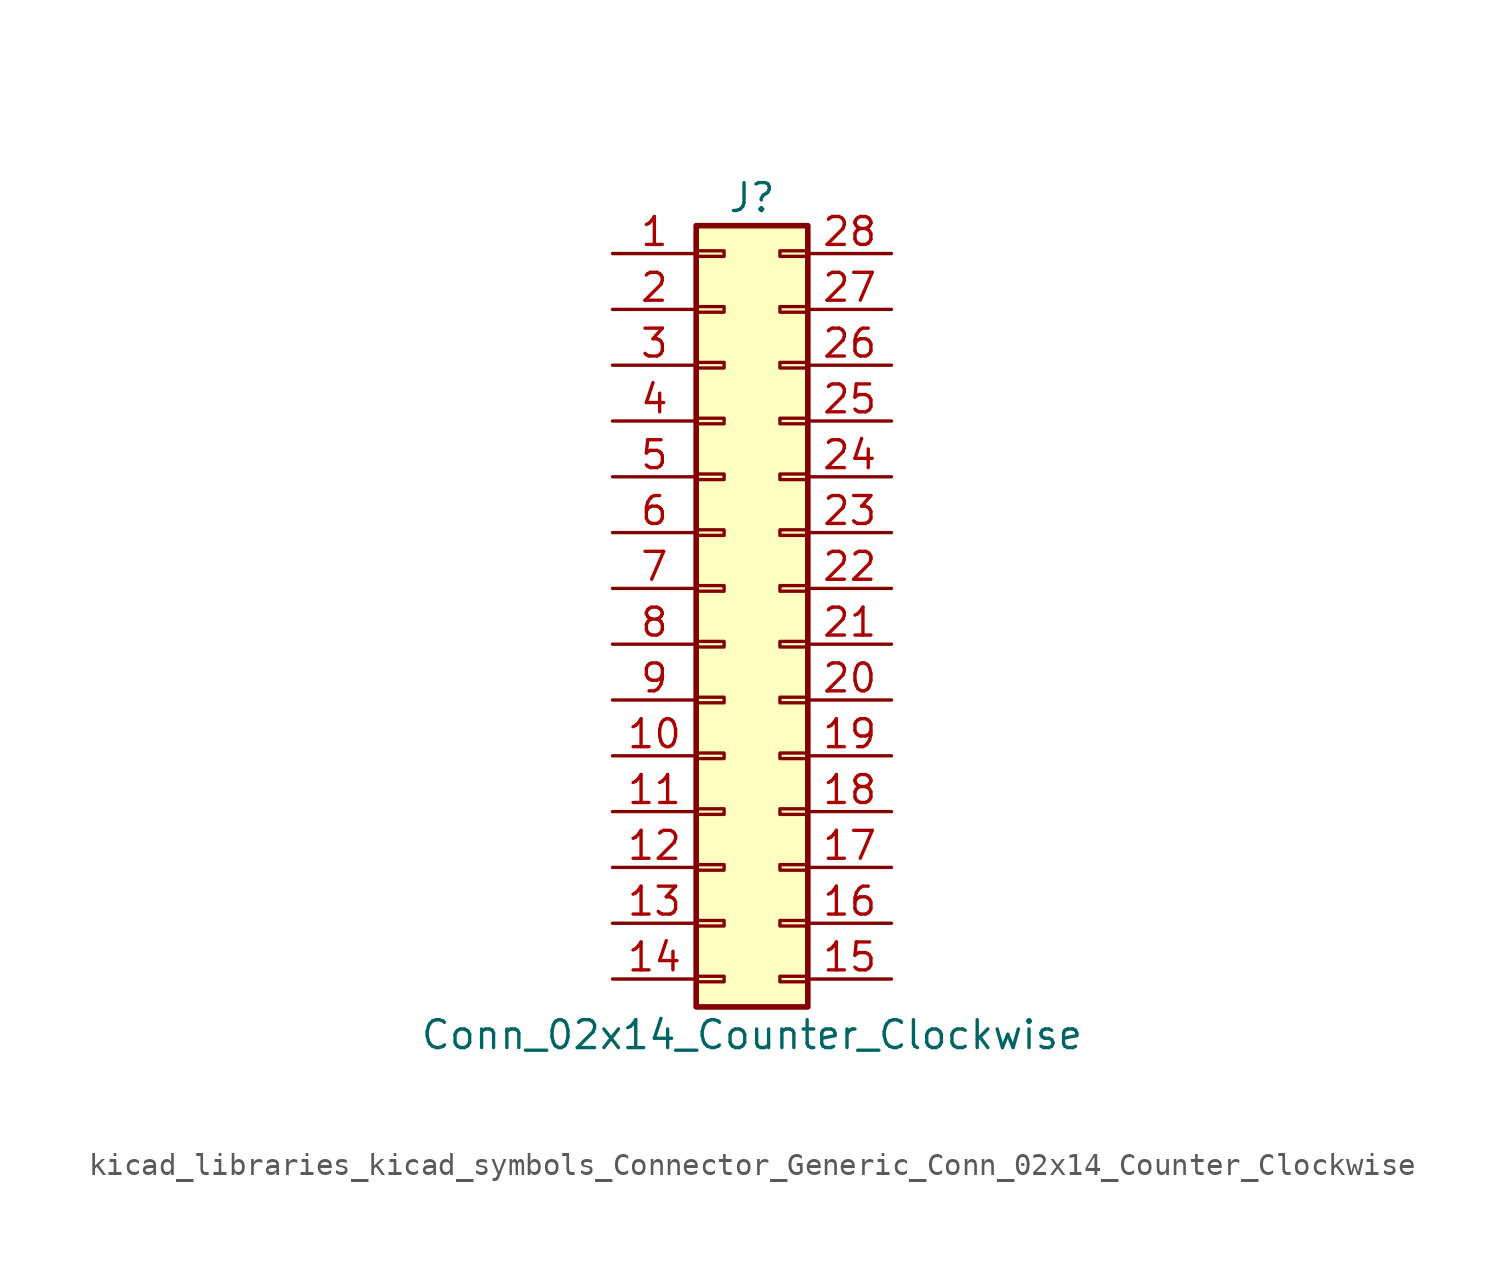
<source format=kicad_sym>
(kicad_symbol_lib
  (version 20220914)
  (generator kicad_symbol_editor)
  (symbol "kicad_libraries_kicad_symbols_Connector_Generic_Conn_02x14_Counter_Clockwise"
    (pin_names
      (offset 1.016) hide)
    (property "Reference" "J"
      (at 1.27 17.78 0)
      (effects (font (size 1.27 1.27))))
    (property "Value" "Conn_02x14_Counter_Clockwise"
      (at 1.27 -20.32 0)
      (effects (font (size 1.27 1.27))))
    (symbol "kicad_libraries_kicad_symbols_Connector_Generic_Conn_02x14_Counter_Clockwise_1_1"
      (rectangle (start -1.27 -17.653) (end 0 -17.907) (stroke (width 0.152) (type default)) (fill (type none)))
      (rectangle (start -1.27 -15.113) (end 0 -15.367) (stroke (width 0.152) (type default)) (fill (type none)))
      (rectangle (start -1.27 -12.573) (end 0 -12.827) (stroke (width 0.152) (type default)) (fill (type none)))
      (rectangle (start -1.27 -10.033) (end 0 -10.287) (stroke (width 0.152) (type default)) (fill (type none)))
      (rectangle (start -1.27 -7.493) (end 0 -7.747) (stroke (width 0.152) (type default)) (fill (type none)))
      (rectangle (start -1.27 -4.953) (end 0 -5.207) (stroke (width 0.152) (type default)) (fill (type none)))
      (rectangle (start -1.27 -2.413) (end 0 -2.667) (stroke (width 0.152) (type default)) (fill (type none)))
      (rectangle (start -1.27 0.127) (end 0 -0.127) (stroke (width 0.152) (type default)) (fill (type none)))
      (rectangle (start -1.27 2.667) (end 0 2.413) (stroke (width 0.152) (type default)) (fill (type none)))
      (rectangle (start -1.27 5.207) (end 0 4.953) (stroke (width 0.152) (type default)) (fill (type none)))
      (rectangle (start -1.27 7.747) (end 0 7.493) (stroke (width 0.152) (type default)) (fill (type none)))
      (rectangle (start -1.27 10.287) (end 0 10.033) (stroke (width 0.152) (type default)) (fill (type none)))
      (rectangle (start -1.27 12.827) (end 0 12.573) (stroke (width 0.152) (type default)) (fill (type none)))
      (rectangle (start -1.27 15.367) (end 0 15.113) (stroke (width 0.152) (type default)) (fill (type none)))
      (rectangle (start -1.27 16.51) (end 3.81 -19.05) (stroke (width 0.254) (type default)) (fill (type background)))
      (rectangle (start 3.81 -17.653) (end 2.54 -17.907) (stroke (width 0.152) (type default)) (fill (type none)))
      (rectangle (start 3.81 -15.113) (end 2.54 -15.367) (stroke (width 0.152) (type default)) (fill (type none)))
      (rectangle (start 3.81 -12.573) (end 2.54 -12.827) (stroke (width 0.152) (type default)) (fill (type none)))
      (rectangle (start 3.81 -10.033) (end 2.54 -10.287) (stroke (width 0.152) (type default)) (fill (type none)))
      (rectangle (start 3.81 -7.493) (end 2.54 -7.747) (stroke (width 0.152) (type default)) (fill (type none)))
      (rectangle (start 3.81 -4.953) (end 2.54 -5.207) (stroke (width 0.152) (type default)) (fill (type none)))
      (rectangle (start 3.81 -2.413) (end 2.54 -2.667) (stroke (width 0.152) (type default)) (fill (type none)))
      (rectangle (start 3.81 0.127) (end 2.54 -0.127) (stroke (width 0.152) (type default)) (fill (type none)))
      (rectangle (start 3.81 2.667) (end 2.54 2.413) (stroke (width 0.152) (type default)) (fill (type none)))
      (rectangle (start 3.81 5.207) (end 2.54 4.953) (stroke (width 0.152) (type default)) (fill (type none)))
      (rectangle (start 3.81 7.747) (end 2.54 7.493) (stroke (width 0.152) (type default)) (fill (type none)))
      (rectangle (start 3.81 10.287) (end 2.54 10.033) (stroke (width 0.152) (type default)) (fill (type none)))
      (rectangle (start 3.81 12.827) (end 2.54 12.573) (stroke (width 0.152) (type default)) (fill (type none)))
      (rectangle (start 3.81 15.367) (end 2.54 15.113) (stroke (width 0.152) (type default)) (fill (type none)))
      (pin passive line (at -5.08 15.24 0) (length 3.81) (name "Pin_1" (effects (font (size 1.27 1.27)))) (number "1" (effects (font (size 1.27 1.27)))))
      (pin passive line (at -5.08 -7.62 0) (length 3.81) (name "Pin_10" (effects (font (size 1.27 1.27)))) (number "10" (effects (font (size 1.27 1.27)))))
      (pin passive line (at -5.08 -10.16 0) (length 3.81) (name "Pin_11" (effects (font (size 1.27 1.27)))) (number "11" (effects (font (size 1.27 1.27)))))
      (pin passive line (at -5.08 -12.7 0) (length 3.81) (name "Pin_12" (effects (font (size 1.27 1.27)))) (number "12" (effects (font (size 1.27 1.27)))))
      (pin passive line (at -5.08 -15.24 0) (length 3.81) (name "Pin_13" (effects (font (size 1.27 1.27)))) (number "13" (effects (font (size 1.27 1.27)))))
      (pin passive line (at -5.08 -17.78 0) (length 3.81) (name "Pin_14" (effects (font (size 1.27 1.27)))) (number "14" (effects (font (size 1.27 1.27)))))
      (pin passive line (at 7.62 -17.78 180) (length 3.81) (name "Pin_15" (effects (font (size 1.27 1.27)))) (number "15" (effects (font (size 1.27 1.27)))))
      (pin passive line (at 7.62 -15.24 180) (length 3.81) (name "Pin_16" (effects (font (size 1.27 1.27)))) (number "16" (effects (font (size 1.27 1.27)))))
      (pin passive line (at 7.62 -12.7 180) (length 3.81) (name "Pin_17" (effects (font (size 1.27 1.27)))) (number "17" (effects (font (size 1.27 1.27)))))
      (pin passive line (at 7.62 -10.16 180) (length 3.81) (name "Pin_18" (effects (font (size 1.27 1.27)))) (number "18" (effects (font (size 1.27 1.27)))))
      (pin passive line (at 7.62 -7.62 180) (length 3.81) (name "Pin_19" (effects (font (size 1.27 1.27)))) (number "19" (effects (font (size 1.27 1.27)))))
      (pin passive line (at -5.08 12.7 0) (length 3.81) (name "Pin_2" (effects (font (size 1.27 1.27)))) (number "2" (effects (font (size 1.27 1.27)))))
      (pin passive line (at 7.62 -5.08 180) (length 3.81) (name "Pin_20" (effects (font (size 1.27 1.27)))) (number "20" (effects (font (size 1.27 1.27)))))
      (pin passive line (at 7.62 -2.54 180) (length 3.81) (name "Pin_21" (effects (font (size 1.27 1.27)))) (number "21" (effects (font (size 1.27 1.27)))))
      (pin passive line (at 7.62 0 180) (length 3.81) (name "Pin_22" (effects (font (size 1.27 1.27)))) (number "22" (effects (font (size 1.27 1.27)))))
      (pin passive line (at 7.62 2.54 180) (length 3.81) (name "Pin_23" (effects (font (size 1.27 1.27)))) (number "23" (effects (font (size 1.27 1.27)))))
      (pin passive line (at 7.62 5.08 180) (length 3.81) (name "Pin_24" (effects (font (size 1.27 1.27)))) (number "24" (effects (font (size 1.27 1.27)))))
      (pin passive line (at 7.62 7.62 180) (length 3.81) (name "Pin_25" (effects (font (size 1.27 1.27)))) (number "25" (effects (font (size 1.27 1.27)))))
      (pin passive line (at 7.62 10.16 180) (length 3.81) (name "Pin_26" (effects (font (size 1.27 1.27)))) (number "26" (effects (font (size 1.27 1.27)))))
      (pin passive line (at 7.62 12.7 180) (length 3.81) (name "Pin_27" (effects (font (size 1.27 1.27)))) (number "27" (effects (font (size 1.27 1.27)))))
      (pin passive line (at 7.62 15.24 180) (length 3.81) (name "Pin_28" (effects (font (size 1.27 1.27)))) (number "28" (effects (font (size 1.27 1.27)))))
      (pin passive line (at -5.08 10.16 0) (length 3.81) (name "Pin_3" (effects (font (size 1.27 1.27)))) (number "3" (effects (font (size 1.27 1.27)))))
      (pin passive line (at -5.08 7.62 0) (length 3.81) (name "Pin_4" (effects (font (size 1.27 1.27)))) (number "4" (effects (font (size 1.27 1.27)))))
      (pin passive line (at -5.08 5.08 0) (length 3.81) (name "Pin_5" (effects (font (size 1.27 1.27)))) (number "5" (effects (font (size 1.27 1.27)))))
      (pin passive line (at -5.08 2.54 0) (length 3.81) (name "Pin_6" (effects (font (size 1.27 1.27)))) (number "6" (effects (font (size 1.27 1.27)))))
      (pin passive line (at -5.08 0 0) (length 3.81) (name "Pin_7" (effects (font (size 1.27 1.27)))) (number "7" (effects (font (size 1.27 1.27)))))
      (pin passive line (at -5.08 -2.54 0) (length 3.81) (name "Pin_8" (effects (font (size 1.27 1.27)))) (number "8" (effects (font (size 1.27 1.27)))))
      (pin passive line (at -5.08 -5.08 0) (length 3.81) (name "Pin_9" (effects (font (size 1.27 1.27)))) (number "9" (effects (font (size 1.27 1.27))))))))
</source>
